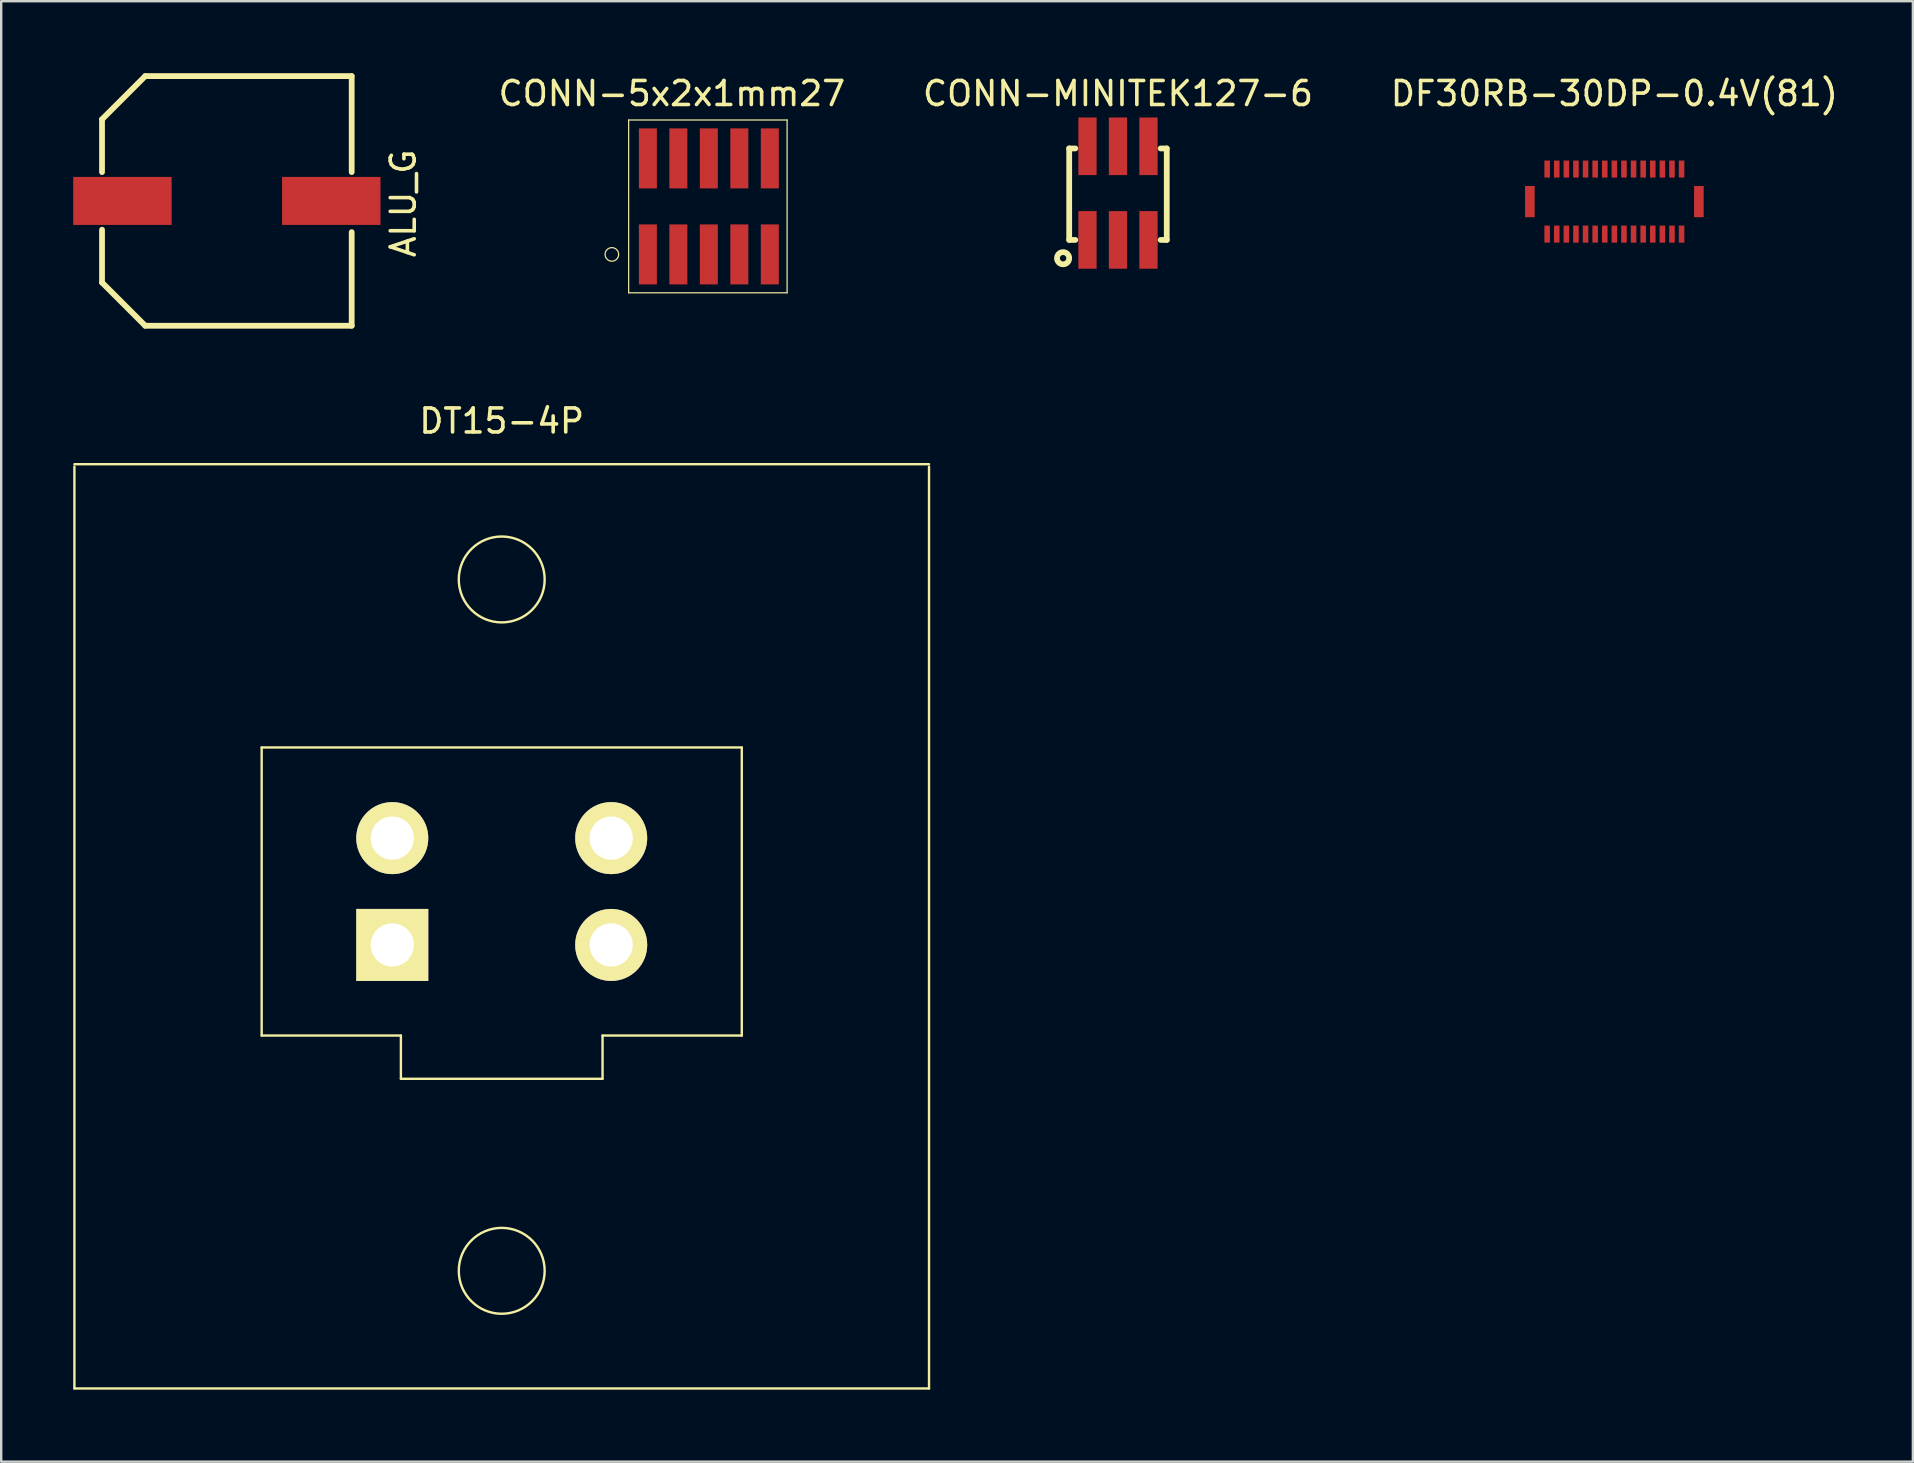
<source format=kicad_pcb>
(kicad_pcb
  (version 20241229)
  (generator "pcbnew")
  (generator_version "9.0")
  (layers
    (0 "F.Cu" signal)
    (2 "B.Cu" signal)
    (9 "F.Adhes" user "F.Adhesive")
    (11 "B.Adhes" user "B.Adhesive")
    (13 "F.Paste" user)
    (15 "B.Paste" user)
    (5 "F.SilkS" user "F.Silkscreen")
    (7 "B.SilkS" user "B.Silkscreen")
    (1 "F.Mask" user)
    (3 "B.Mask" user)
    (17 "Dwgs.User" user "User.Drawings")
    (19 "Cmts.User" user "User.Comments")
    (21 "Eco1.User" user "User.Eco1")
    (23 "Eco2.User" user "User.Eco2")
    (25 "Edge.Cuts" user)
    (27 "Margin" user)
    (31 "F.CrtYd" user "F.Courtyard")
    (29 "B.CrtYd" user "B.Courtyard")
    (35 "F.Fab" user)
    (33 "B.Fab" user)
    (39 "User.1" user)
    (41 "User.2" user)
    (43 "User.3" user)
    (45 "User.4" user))
  (footprint "DF30RB-30DP-0.4V(81)"
    (layer "F.Cu")
    (at 64.199 5.348)
    (property "Reference" "DF30RB-30DP-0.4V(81)" (at 0 -4.5 0) (layer "F.SilkS") (effects (font (size 1 1) (thickness 0.15))))
    (attr through_hole)
    (pad "" smd rect (at -3.52 0) (size 0.4 1.3) (layers "F.Cu" "F.Mask" "F.Paste"))
    (pad "" smd rect (at 3.52 0) (size 0.4 1.3) (layers "F.Cu" "F.Mask" "F.Paste"))
    (pad "1" smd rect (at 2.8 -1.355) (size 0.23 0.71) (layers "F.Cu" "F.Mask" "F.Paste"))
    (pad "2" smd rect (at 2.8 1.355) (size 0.23 0.71) (layers "F.Cu" "F.Mask" "F.Paste"))
    (pad "3" smd rect (at 2.4 -1.355) (size 0.23 0.71) (layers "F.Cu" "F.Mask" "F.Paste"))
    (pad "4" smd rect (at 2.4 1.355) (size 0.23 0.71) (layers "F.Cu" "F.Mask" "F.Paste"))
    (pad "5" smd rect (at 2 -1.355) (size 0.23 0.71) (layers "F.Cu" "F.Mask" "F.Paste"))
    (pad "6" smd rect (at 2 1.355) (size 0.23 0.71) (layers "F.Cu" "F.Mask" "F.Paste"))
    (pad "7" smd rect (at 1.6 -1.355) (size 0.23 0.71) (layers "F.Cu" "F.Mask" "F.Paste"))
    (pad "8" smd rect (at 1.6 1.355) (size 0.23 0.71) (layers "F.Cu" "F.Mask" "F.Paste"))
    (pad "9" smd rect (at 1.2 -1.355) (size 0.23 0.71) (layers "F.Cu" "F.Mask" "F.Paste"))
    (pad "10" smd rect (at 1.2 1.355) (size 0.23 0.71) (layers "F.Cu" "F.Mask" "F.Paste"))
    (pad "11" smd rect (at 0.8 -1.355) (size 0.23 0.71) (layers "F.Cu" "F.Mask" "F.Paste"))
    (pad "12" smd rect (at 0.8 1.355) (size 0.23 0.71) (layers "F.Cu" "F.Mask" "F.Paste"))
    (pad "13" smd rect (at 0.4 -1.355) (size 0.23 0.71) (layers "F.Cu" "F.Mask" "F.Paste"))
    (pad "14" smd rect (at 0.4 1.355) (size 0.23 0.71) (layers "F.Cu" "F.Mask" "F.Paste"))
    (pad "15" smd rect (at 0 -1.355) (size 0.23 0.71) (layers "F.Cu" "F.Mask" "F.Paste"))
    (pad "16" smd rect (at 0 1.355) (size 0.23 0.71) (layers "F.Cu" "F.Mask" "F.Paste"))
    (pad "17" smd rect (at -0.4 -1.355) (size 0.23 0.71) (layers "F.Cu" "F.Mask" "F.Paste"))
    (pad "18" smd rect (at -0.4 1.355) (size 0.23 0.71) (layers "F.Cu" "F.Mask" "F.Paste"))
    (pad "19" smd rect (at -0.8 -1.355) (size 0.23 0.71) (layers "F.Cu" "F.Mask" "F.Paste"))
    (pad "20" smd rect (at -0.8 1.355) (size 0.23 0.71) (layers "F.Cu" "F.Mask" "F.Paste"))
    (pad "21" smd rect (at -1.2 -1.355) (size 0.23 0.71) (layers "F.Cu" "F.Mask" "F.Paste"))
    (pad "22" smd rect (at -1.2 1.355) (size 0.23 0.71) (layers "F.Cu" "F.Mask" "F.Paste"))
    (pad "23" smd rect (at -1.6 -1.355) (size 0.23 0.71) (layers "F.Cu" "F.Mask" "F.Paste"))
    (pad "24" smd rect (at -1.6 1.355) (size 0.23 0.71) (layers "F.Cu" "F.Mask" "F.Paste"))
    (pad "25" smd rect (at -2 -1.355) (size 0.23 0.71) (layers "F.Cu" "F.Mask" "F.Paste"))
    (pad "26" smd rect (at -2 1.355) (size 0.23 0.71) (layers "F.Cu" "F.Mask" "F.Paste"))
    (pad "27" smd rect (at -2.4 -1.355) (size 0.23 0.71) (layers "F.Cu" "F.Mask" "F.Paste"))
    (pad "28" smd rect (at -2.4 1.355) (size 0.23 0.71) (layers "F.Cu" "F.Mask" "F.Paste"))
    (pad "29" smd rect (at -2.8 -1.355) (size 0.23 0.71) (layers "F.Cu" "F.Mask" "F.Paste"))
    (pad "30" smd rect (at -2.8 1.355) (size 0.23 0.71) (layers "F.Cu" "F.Mask" "F.Paste")))
  (footprint "CONN-5x2x1mm27"
    (layer "F.Cu")
    (at 23.938 7.548)
    (property "Reference" "CONN-5x2x1mm27" (at 1 -6.7 0) (layer "F.SilkS") (effects (font (size 1 1) (thickness 0.15))))
    (attr through_hole)
    (fp_line (start -0.8 -5.6) (end -0.8 1.6) (stroke (width 0.05) (type solid)) (layer "F.SilkS"))
    (fp_line (start -0.8 1.6) (end 5.8 1.6) (stroke (width 0.05) (type solid)) (layer "F.SilkS"))
    (fp_line (start 5.8 -5.6) (end -0.8 -5.6) (stroke (width 0.05) (type solid)) (layer "F.SilkS"))
    (fp_line (start 5.8 1.6) (end 5.8 -5.6) (stroke (width 0.05) (type solid)) (layer "F.SilkS"))
    (fp_circle (center -1.5 0) (end -1.3 0.2) (stroke (width 0.05) (type solid)) (fill no) (layer "F.SilkS"))
    (pad "1" smd rect (at 0 0) (size 0.75 2.5) (layers "F.Cu" "F.Mask" "F.Paste"))
    (pad "2" smd rect (at 0 -4) (size 0.75 2.5) (layers "F.Cu" "F.Mask" "F.Paste"))
    (pad "3" smd rect (at 1.27 0) (size 0.75 2.5) (layers "F.Cu" "F.Mask" "F.Paste"))
    (pad "4" smd rect (at 1.27 -4) (size 0.75 2.5) (layers "F.Cu" "F.Mask" "F.Paste"))
    (pad "5" smd rect (at 2.54 0) (size 0.75 2.5) (layers "F.Cu" "F.Mask" "F.Paste"))
    (pad "6" smd rect (at 2.54 -4) (size 0.75 2.5) (layers "F.Cu" "F.Mask" "F.Paste"))
    (pad "7" smd rect (at 3.81 0) (size 0.75 2.5) (layers "F.Cu" "F.Mask" "F.Paste"))
    (pad "8" smd rect (at 3.81 -4) (size 0.75 2.5) (layers "F.Cu" "F.Mask" "F.Paste"))
    (pad "9" smd rect (at 5.08 0) (size 0.75 2.5) (layers "F.Cu" "F.Mask" "F.Paste"))
    (pad "10" smd rect (at 5.08 -4) (size 0.75 2.5) (layers "F.Cu" "F.Mask" "F.Paste")))
  (footprint "CONN-MINITEK127-6"
    (layer "F.Cu")
    (at 42.251 6.944)
    (property "Reference" "CONN-MINITEK127-6" (at 1.27 -6.096 0) (layer "F.SilkS") (effects (font (size 1 1) (thickness 0.15))))
    (attr through_hole)
    (fp_line (start -0.762 -3.81) (end -0.508 -3.81) (stroke (width 0.24) (type solid)) (layer "F.SilkS"))
    (fp_line (start -0.762 0) (end -0.762 -3.81) (stroke (width 0.24) (type solid)) (layer "F.SilkS"))
    (fp_line (start -0.762 0) (end -0.508 0) (stroke (width 0.24) (type solid)) (layer "F.SilkS"))
    (fp_line (start 3.048 0) (end 3.302 0) (stroke (width 0.24) (type solid)) (layer "F.SilkS"))
    (fp_line (start 3.302 -3.81) (end 3.048 -3.81) (stroke (width 0.24) (type solid)) (layer "F.SilkS"))
    (fp_line (start 3.302 0) (end 3.302 -3.81) (stroke (width 0.24) (type solid)) (layer "F.SilkS"))
    (fp_circle (center -1.016 0.762) (end -1.016 1.016) (stroke (width 0.24) (type solid)) (fill no) (layer "F.SilkS"))
    (pad "1" smd rect (at 0 0) (size 0.76 2.4) (layers "F.Cu" "F.Mask" "F.Paste"))
    (pad "2" smd rect (at 1.27 0) (size 0.76 2.4) (layers "F.Cu" "F.Mask" "F.Paste"))
    (pad "3" smd rect (at 2.54 0) (size 0.76 2.4) (layers "F.Cu" "F.Mask" "F.Paste"))
    (pad "4" smd rect (at 2.54 -3.9) (size 0.76 2.4) (layers "F.Cu" "F.Mask" "F.Paste"))
    (pad "5" smd rect (at 1.27 -3.9) (size 0.76 2.4) (layers "F.Cu" "F.Mask" "F.Paste"))
    (pad "6" smd rect (at 0 -3.9) (size 0.76 2.4) (layers "F.Cu" "F.Mask" "F.Paste")))
  (footprint "ALU_G"
    (layer "F.Cu")
    (at 6.4 5.32)
    (property "Reference" "ALU_G" (at 7.35 0.1 90) (layer "F.SilkS") (effects (font (size 1 1) (thickness 0.15))))
    (attr through_hole)
    (fp_line (start -5.2 -3.4) (end -5.2 -1.2) (stroke (width 0.24) (type solid)) (layer "F.SilkS"))
    (fp_line (start -5.2 -3.4) (end -3.4 -5.2) (stroke (width 0.24) (type solid)) (layer "F.SilkS"))
    (fp_line (start -5.2 3.4) (end -5.2 1.2) (stroke (width 0.24) (type solid)) (layer "F.SilkS"))
    (fp_line (start -5.2 3.4) (end -3.4 5.2) (stroke (width 0.24) (type solid)) (layer "F.SilkS"))
    (fp_line (start -3.4 5.2) (end 5.2 5.2) (stroke (width 0.24) (type solid)) (layer "F.SilkS"))
    (fp_line (start 5.2 -5.2) (end -3.4 -5.2) (stroke (width 0.24) (type solid)) (layer "F.SilkS"))
    (fp_line (start 5.2 -5.2) (end 5.2 -1.2) (stroke (width 0.24) (type solid)) (layer "F.SilkS"))
    (fp_line (start 5.2 5.2) (end 5.2 1.3) (stroke (width 0.24) (type solid)) (layer "F.SilkS"))
    (pad "1" smd rect (at -4.35 0) (size 4.1 2) (layers "F.Cu" "F.Mask" "F.Paste"))
    (pad "2" smd rect (at 4.35 0) (size 4.1 2) (layers "F.Cu" "F.Mask" "F.Paste")))
  (footprint "DT15-4P"
    (layer "F.Cu")
    (at 17.85 34.088)
    (property "Reference" "DT15-4P" (at 0 -19.6 0) (layer "F.SilkS") (effects (font (size 1 1) (thickness 0.15))))
    (attr through_hole)
    (fp_line (start -17.8 -17.8) (end 17.8 -17.8) (stroke (width 0.1) (type solid)) (layer "F.SilkS"))
    (fp_line (start -17.8 -17.7) (end -17.8 20.7) (stroke (width 0.1) (type solid)) (layer "F.SilkS"))
    (fp_line (start -17.8 20.7) (end 17.8 20.7) (stroke (width 0.1) (type solid)) (layer "F.SilkS"))
    (fp_line (start -10 -6) (end 10 -6) (stroke (width 0.1) (type solid)) (layer "F.SilkS"))
    (fp_line (start -10 6) (end -10 -6) (stroke (width 0.1) (type solid)) (layer "F.SilkS"))
    (fp_line (start -4.2 6) (end -10 6) (stroke (width 0.1) (type solid)) (layer "F.SilkS"))
    (fp_line (start -4.2 7.8) (end -4.2 6) (stroke (width 0.1) (type solid)) (layer "F.SilkS"))
    (fp_line (start 4.2 6) (end 4.2 7.8) (stroke (width 0.1) (type solid)) (layer "F.SilkS"))
    (fp_line (start 4.2 7.8) (end -4.2 7.8) (stroke (width 0.1) (type solid)) (layer "F.SilkS"))
    (fp_line (start 10 -6) (end 10 6) (stroke (width 0.1) (type solid)) (layer "F.SilkS"))
    (fp_line (start 10 6) (end 4.2 6) (stroke (width 0.1) (type solid)) (layer "F.SilkS"))
    (fp_line (start 17.8 20.7) (end 17.8 -17.7) (stroke (width 0.1) (type solid)) (layer "F.SilkS"))
    (fp_circle (center 0 -13) (end 0.8 -11.4) (stroke (width 0.1) (type solid)) (fill no) (layer "F.SilkS"))
    (fp_circle (center 0 15.8) (end 0.8 17.4) (stroke (width 0.1) (type solid)) (fill no) (layer "F.SilkS"))
    (pad "1" thru_hole rect (at -4.56 2.225) (size 3 3) (drill 1.8) (layers "*.Cu" "*.Mask" "F.SilkS"))
    (pad "2" thru_hole circle (at -4.56 -2.225) (size 3 3) (drill 1.8) (layers "*.Cu" "*.Mask" "F.SilkS"))
    (pad "3" thru_hole circle (at 4.56 -2.225) (size 3 3) (drill 1.8) (layers "*.Cu" "*.Mask" "F.SilkS"))
    (pad "4" thru_hole circle (at 4.56 2.225) (size 3 3) (drill 1.8) (layers "*.Cu" "*.Mask" "F.SilkS")))
  (gr_rect
    (start -3 -3)
    (end 76.634 57.838)
    (stroke (width 0.1) (type default))
    (fill no)
    (layer "Edge.Cuts")))
</source>
